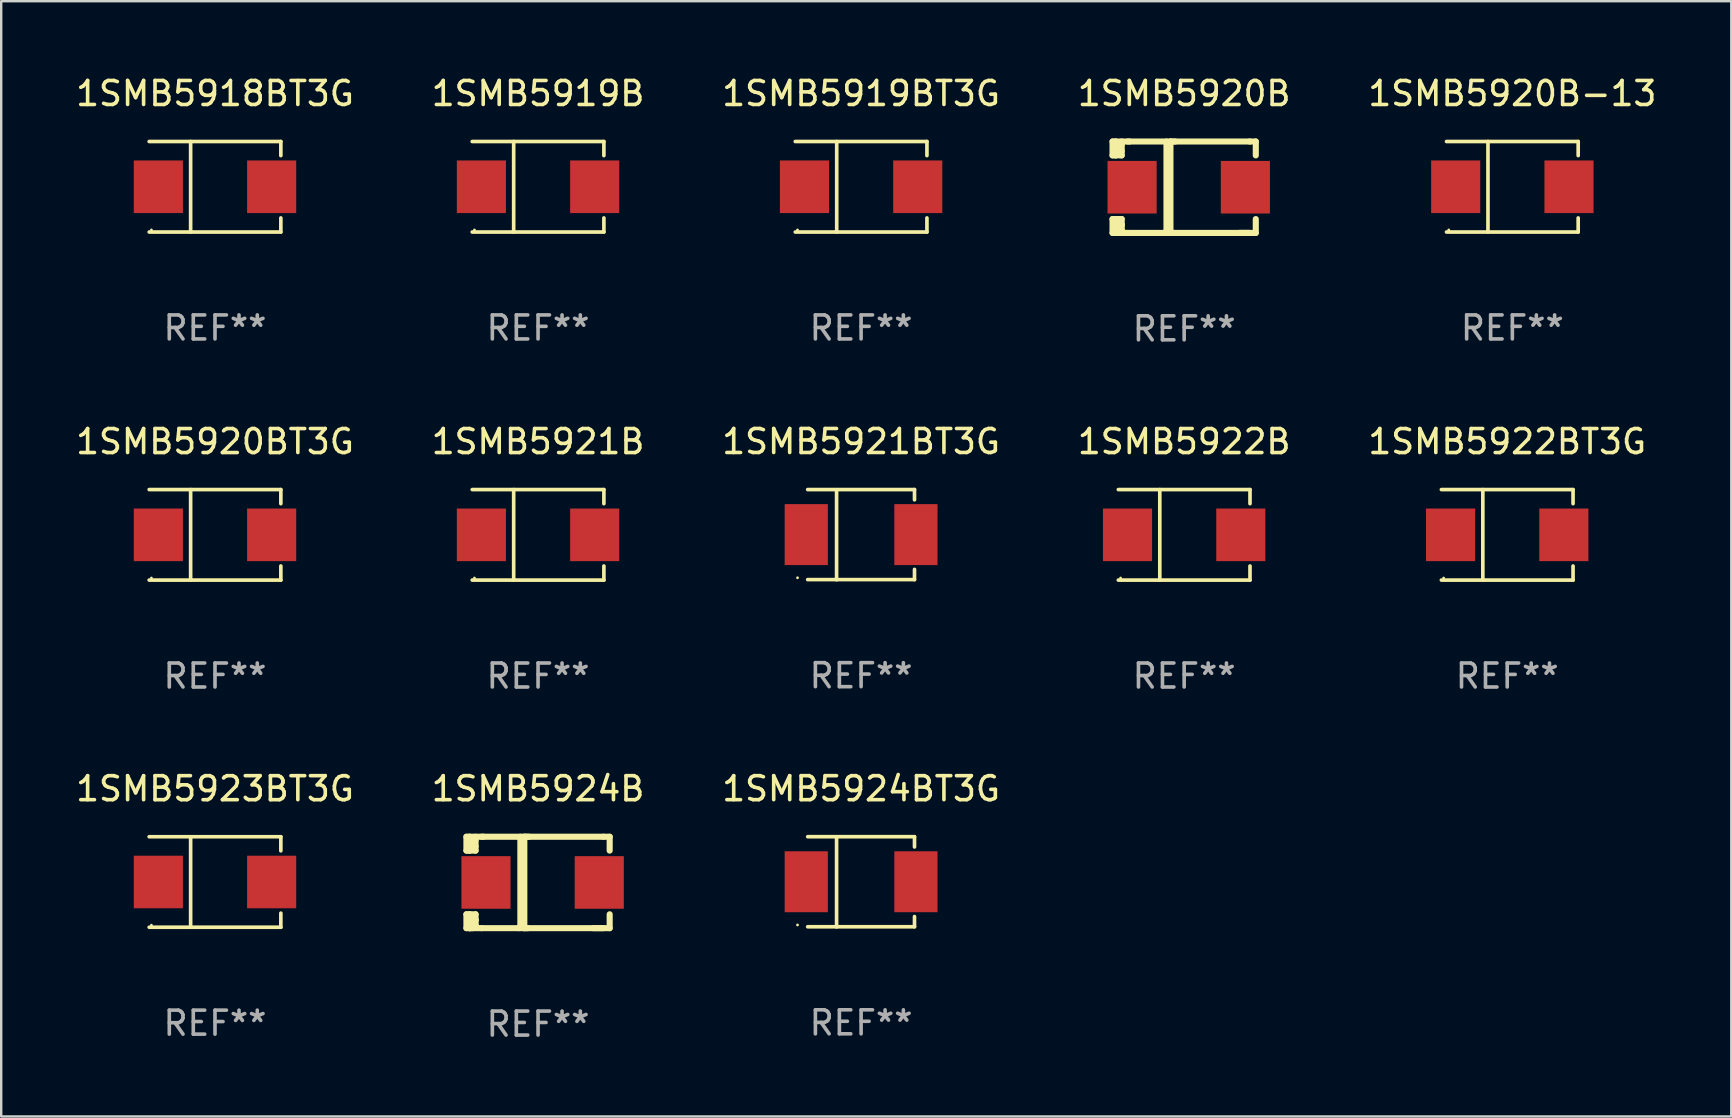
<source format=kicad_pcb>
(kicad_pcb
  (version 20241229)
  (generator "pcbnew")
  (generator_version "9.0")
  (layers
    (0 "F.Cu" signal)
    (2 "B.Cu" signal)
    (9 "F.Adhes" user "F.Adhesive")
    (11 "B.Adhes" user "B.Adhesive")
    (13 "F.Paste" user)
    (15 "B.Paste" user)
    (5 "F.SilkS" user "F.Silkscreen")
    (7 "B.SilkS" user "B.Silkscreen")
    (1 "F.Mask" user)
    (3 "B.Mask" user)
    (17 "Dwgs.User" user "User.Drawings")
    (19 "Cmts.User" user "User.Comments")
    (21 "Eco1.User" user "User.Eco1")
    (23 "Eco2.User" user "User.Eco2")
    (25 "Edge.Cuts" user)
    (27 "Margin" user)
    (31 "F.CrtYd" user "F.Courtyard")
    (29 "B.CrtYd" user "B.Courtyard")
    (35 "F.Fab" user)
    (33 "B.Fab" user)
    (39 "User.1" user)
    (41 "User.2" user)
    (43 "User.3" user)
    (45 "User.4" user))
  (footprint "1SMB5921B"
    (layer "F.Cu")
    (at 19.375 19.241)
    (property "Reference" "1SMB5921B" (at 0 -3.886 0) (layer "F.SilkS") (effects (font (size 1 1) (thickness 0.15))))
    (attr through_hole)
    (fp_line (start -2.744 -1.886) (end 2.744 -1.886) (stroke (width 0.152) (type solid)) (layer "F.SilkS"))
    (fp_line (start -2.744 1.886) (end 2.744 1.886) (stroke (width 0.152) (type solid)) (layer "F.SilkS"))
    (fp_line (start -1.016 -1.886) (end -1.016 1.886) (stroke (width 0.152) (type solid)) (layer "F.SilkS"))
    (fp_line (start 2.744 -1.886) (end 2.744 -1.299) (stroke (width 0.152) (type solid)) (layer "F.SilkS"))
    (fp_line (start 2.744 1.886) (end 2.744 1.299) (stroke (width 0.152) (type solid)) (layer "F.SilkS"))
    (fp_circle (center -2.65 1.8) (end -2.62 1.8) (stroke (width 0.06) (type solid)) (fill no) (layer "F.SilkS"))
    (fp_text user "REF**" (at 0 5.886 0) (layer "F.Fab") (effects (font (size 1 1) (thickness 0.15))))
    (pad "1" smd rect (at -2.361 0) (size 2.047 2.192) (layers "F.Cu" "F.Mask" "F.Paste"))
    (pad "2" smd rect (at 2.361 0) (size 2.047 2.192) (layers "F.Cu" "F.Mask" "F.Paste")))
  (footprint "1SMB5922B"
    (layer "F.Cu")
    (at 46.304 19.241)
    (property "Reference" "1SMB5922B" (at 0 -3.886 0) (layer "F.SilkS") (effects (font (size 1 1) (thickness 0.15))))
    (attr through_hole)
    (fp_line (start -2.744 -1.886) (end 2.744 -1.886) (stroke (width 0.152) (type solid)) (layer "F.SilkS"))
    (fp_line (start -2.744 1.886) (end 2.744 1.886) (stroke (width 0.152) (type solid)) (layer "F.SilkS"))
    (fp_line (start -1.016 -1.886) (end -1.016 1.886) (stroke (width 0.152) (type solid)) (layer "F.SilkS"))
    (fp_line (start 2.744 -1.886) (end 2.744 -1.299) (stroke (width 0.152) (type solid)) (layer "F.SilkS"))
    (fp_line (start 2.744 1.886) (end 2.744 1.299) (stroke (width 0.152) (type solid)) (layer "F.SilkS"))
    (fp_circle (center -2.65 1.8) (end -2.62 1.8) (stroke (width 0.06) (type solid)) (fill no) (layer "F.SilkS"))
    (fp_text user "REF**" (at 0 5.886 0) (layer "F.Fab") (effects (font (size 1 1) (thickness 0.15))))
    (pad "1" smd rect (at -2.361 0) (size 2.047 2.192) (layers "F.Cu" "F.Mask" "F.Paste"))
    (pad "2" smd rect (at 2.361 0) (size 2.047 2.192) (layers "F.Cu" "F.Mask" "F.Paste")))
  (footprint "1SMB5921BT3G"
    (layer "F.Cu")
    (at 32.839 19.234)
    (property "Reference" "1SMB5921BT3G" (at 0 -3.88 0) (layer "F.SilkS") (effects (font (size 1 1) (thickness 0.15))))
    (attr through_hole)
    (fp_line (start -2.226 -1.88) (end 2.226 -1.88) (stroke (width 0.152) (type solid)) (layer "F.SilkS"))
    (fp_line (start -2.226 1.873) (end 2.226 1.873) (stroke (width 0.152) (type solid)) (layer "F.SilkS"))
    (fp_line (start -1.022 -1.873) (end -1.022 1.88) (stroke (width 0.152) (type solid)) (layer "F.SilkS"))
    (fp_line (start 2.226 -1.88) (end 2.226 -1.453) (stroke (width 0.152) (type solid)) (layer "F.SilkS"))
    (fp_line (start 2.226 1.447) (end 2.226 1.873) (stroke (width 0.152) (type solid)) (layer "F.SilkS"))
    (fp_circle (center -2.65 1.797) (end -2.62 1.797) (stroke (width 0.06) (type solid)) (fill no) (layer "F.SilkS"))
    (fp_text user "REF**" (at 0 5.88 0) (layer "F.Fab") (effects (font (size 1 1) (thickness 0.15))))
    (pad "1" smd rect (at -2.285 -0.003) (size 1.8 2.54) (layers "F.Cu" "F.Mask" "F.Paste"))
    (pad "2" smd rect (at 2.285 -0.003) (size 1.8 2.54) (layers "F.Cu" "F.Mask" "F.Paste")))
  (footprint "1SMB5924BT3G"
    (layer "F.Cu")
    (at 32.839 33.703)
    (property "Reference" "1SMB5924BT3G" (at 0 -3.88 0) (layer "F.SilkS") (effects (font (size 1 1) (thickness 0.15))))
    (attr through_hole)
    (fp_line (start -2.226 -1.88) (end 2.226 -1.88) (stroke (width 0.152) (type solid)) (layer "F.SilkS"))
    (fp_line (start -2.226 1.873) (end 2.226 1.873) (stroke (width 0.152) (type solid)) (layer "F.SilkS"))
    (fp_line (start -1.022 -1.873) (end -1.022 1.88) (stroke (width 0.152) (type solid)) (layer "F.SilkS"))
    (fp_line (start 2.226 -1.88) (end 2.226 -1.453) (stroke (width 0.152) (type solid)) (layer "F.SilkS"))
    (fp_line (start 2.226 1.447) (end 2.226 1.873) (stroke (width 0.152) (type solid)) (layer "F.SilkS"))
    (fp_circle (center -2.65 1.797) (end -2.62 1.797) (stroke (width 0.06) (type solid)) (fill no) (layer "F.SilkS"))
    (fp_text user "REF**" (at 0 5.88 0) (layer "F.Fab") (effects (font (size 1 1) (thickness 0.15))))
    (pad "1" smd rect (at -2.285 -0.003) (size 1.8 2.54) (layers "F.Cu" "F.Mask" "F.Paste"))
    (pad "2" smd rect (at 2.285 -0.003) (size 1.8 2.54) (layers "F.Cu" "F.Mask" "F.Paste")))
  (footprint "1SMB5919B"
    (layer "F.Cu")
    (at 19.375 4.734)
    (property "Reference" "1SMB5919B" (at 0 -3.886 0) (layer "F.SilkS") (effects (font (size 1 1) (thickness 0.15))))
    (attr through_hole)
    (fp_line (start -2.744 -1.886) (end 2.744 -1.886) (stroke (width 0.152) (type solid)) (layer "F.SilkS"))
    (fp_line (start -2.744 1.886) (end 2.744 1.886) (stroke (width 0.152) (type solid)) (layer "F.SilkS"))
    (fp_line (start -1.016 -1.886) (end -1.016 1.886) (stroke (width 0.152) (type solid)) (layer "F.SilkS"))
    (fp_line (start 2.744 -1.886) (end 2.744 -1.299) (stroke (width 0.152) (type solid)) (layer "F.SilkS"))
    (fp_line (start 2.744 1.886) (end 2.744 1.299) (stroke (width 0.152) (type solid)) (layer "F.SilkS"))
    (fp_circle (center -2.65 1.8) (end -2.62 1.8) (stroke (width 0.06) (type solid)) (fill no) (layer "F.SilkS"))
    (fp_text user "REF**" (at 0 5.886 0) (layer "F.Fab") (effects (font (size 1 1) (thickness 0.15))))
    (pad "1" smd rect (at -2.361 0) (size 2.047 2.192) (layers "F.Cu" "F.Mask" "F.Paste"))
    (pad "2" smd rect (at 2.361 0) (size 2.047 2.192) (layers "F.Cu" "F.Mask" "F.Paste")))
  (footprint "1SMB5919BT3G"
    (layer "F.Cu")
    (at 32.839 4.734)
    (property "Reference" "1SMB5919BT3G" (at 0 -3.886 0) (layer "F.SilkS") (effects (font (size 1 1) (thickness 0.15))))
    (attr through_hole)
    (fp_line (start -2.744 -1.886) (end 2.744 -1.886) (stroke (width 0.152) (type solid)) (layer "F.SilkS"))
    (fp_line (start -2.744 1.886) (end 2.744 1.886) (stroke (width 0.152) (type solid)) (layer "F.SilkS"))
    (fp_line (start -1.016 -1.886) (end -1.016 1.886) (stroke (width 0.152) (type solid)) (layer "F.SilkS"))
    (fp_line (start 2.744 -1.886) (end 2.744 -1.299) (stroke (width 0.152) (type solid)) (layer "F.SilkS"))
    (fp_line (start 2.744 1.886) (end 2.744 1.299) (stroke (width 0.152) (type solid)) (layer "F.SilkS"))
    (fp_circle (center -2.65 1.8) (end -2.62 1.8) (stroke (width 0.06) (type solid)) (fill no) (layer "F.SilkS"))
    (fp_text user "REF**" (at 0 5.886 0) (layer "F.Fab") (effects (font (size 1 1) (thickness 0.15))))
    (pad "1" smd rect (at -2.361 0) (size 2.047 2.192) (layers "F.Cu" "F.Mask" "F.Paste"))
    (pad "2" smd rect (at 2.361 0) (size 2.047 2.192) (layers "F.Cu" "F.Mask" "F.Paste")))
  (footprint "1SMB5922BT3G"
    (layer "F.Cu")
    (at 59.768 19.241)
    (property "Reference" "1SMB5922BT3G" (at 0 -3.886 0) (layer "F.SilkS") (effects (font (size 1 1) (thickness 0.15))))
    (attr through_hole)
    (fp_line (start -2.744 -1.886) (end 2.744 -1.886) (stroke (width 0.152) (type solid)) (layer "F.SilkS"))
    (fp_line (start -2.744 1.886) (end 2.744 1.886) (stroke (width 0.152) (type solid)) (layer "F.SilkS"))
    (fp_line (start -1.016 -1.886) (end -1.016 1.886) (stroke (width 0.152) (type solid)) (layer "F.SilkS"))
    (fp_line (start 2.744 -1.886) (end 2.744 -1.299) (stroke (width 0.152) (type solid)) (layer "F.SilkS"))
    (fp_line (start 2.744 1.886) (end 2.744 1.299) (stroke (width 0.152) (type solid)) (layer "F.SilkS"))
    (fp_circle (center -2.65 1.8) (end -2.62 1.8) (stroke (width 0.06) (type solid)) (fill no) (layer "F.SilkS"))
    (fp_text user "REF**" (at 0 5.886 0) (layer "F.Fab") (effects (font (size 1 1) (thickness 0.15))))
    (pad "1" smd rect (at -2.361 0) (size 2.047 2.192) (layers "F.Cu" "F.Mask" "F.Paste"))
    (pad "2" smd rect (at 2.361 0) (size 2.047 2.192) (layers "F.Cu" "F.Mask" "F.Paste")))
  (footprint "1SMB5923BT3G"
    (layer "F.Cu")
    (at 5.911 33.71)
    (property "Reference" "1SMB5923BT3G" (at 0 -3.886 0) (layer "F.SilkS") (effects (font (size 1 1) (thickness 0.15))))
    (attr through_hole)
    (fp_line (start -2.744 -1.886) (end 2.744 -1.886) (stroke (width 0.152) (type solid)) (layer "F.SilkS"))
    (fp_line (start -2.744 1.886) (end 2.744 1.886) (stroke (width 0.152) (type solid)) (layer "F.SilkS"))
    (fp_line (start -1.016 -1.886) (end -1.016 1.886) (stroke (width 0.152) (type solid)) (layer "F.SilkS"))
    (fp_line (start 2.744 -1.886) (end 2.744 -1.299) (stroke (width 0.152) (type solid)) (layer "F.SilkS"))
    (fp_line (start 2.744 1.886) (end 2.744 1.299) (stroke (width 0.152) (type solid)) (layer "F.SilkS"))
    (fp_circle (center -2.65 1.8) (end -2.62 1.8) (stroke (width 0.06) (type solid)) (fill no) (layer "F.SilkS"))
    (fp_text user "REF**" (at 0 5.886 0) (layer "F.Fab") (effects (font (size 1 1) (thickness 0.15))))
    (pad "1" smd rect (at -2.361 0) (size 2.047 2.192) (layers "F.Cu" "F.Mask" "F.Paste"))
    (pad "2" smd rect (at 2.361 0) (size 2.047 2.192) (layers "F.Cu" "F.Mask" "F.Paste")))
  (footprint "1SMB5924B"
    (layer "F.Cu")
    (at 19.375 33.729)
    (property "Reference" "1SMB5924B" (at 0 -3.905 0) (layer "F.SilkS") (effects (font (size 1 1) (thickness 0.15))))
    (attr through_hole)
    (fp_line (start -2.985 -1.905) (end -2.985 -1.327) (stroke (width 0.254) (type solid)) (layer "F.SilkS"))
    (fp_line (start -2.985 -1.327) (end -2.858 -1.327) (stroke (width 0.254) (type solid)) (layer "F.SilkS"))
    (fp_line (start -2.985 1.327) (end -2.985 1.905) (stroke (width 0.254) (type solid)) (layer "F.SilkS"))
    (fp_line (start -2.985 1.905) (end -2.858 1.905) (stroke (width 0.254) (type solid)) (layer "F.SilkS"))
    (fp_line (start -2.858 -1.905) (end -2.985 -1.905) (stroke (width 0.254) (type solid)) (layer "F.SilkS"))
    (fp_line (start -2.858 -1.905) (end -2.271 -1.905) (stroke (width 0.254) (type solid)) (layer "F.SilkS"))
    (fp_line (start -2.858 -1.327) (end -2.858 -1.905) (stroke (width 0.254) (type solid)) (layer "F.SilkS"))
    (fp_line (start -2.858 -1.327) (end -2.604 -1.327) (stroke (width 0.254) (type solid)) (layer "F.SilkS"))
    (fp_line (start -2.858 1.327) (end -2.985 1.327) (stroke (width 0.254) (type solid)) (layer "F.SilkS"))
    (fp_line (start -2.858 1.327) (end -2.604 1.327) (stroke (width 0.254) (type solid)) (layer "F.SilkS"))
    (fp_line (start -2.858 1.549) (end -2.604 1.549) (stroke (width 0.254) (type solid)) (layer "F.SilkS"))
    (fp_line (start -2.858 1.905) (end -2.858 1.327) (stroke (width 0.254) (type solid)) (layer "F.SilkS"))
    (fp_line (start -2.806 -1.766) (end -2.858 -1.715) (stroke (width 0.254) (type solid)) (layer "F.SilkS"))
    (fp_line (start -2.796 -1.508) (end -2.858 -1.446) (stroke (width 0.254) (type solid)) (layer "F.SilkS"))
    (fp_line (start -2.776 1.778) (end -2.858 1.696) (stroke (width 0.254) (type solid)) (layer "F.SilkS"))
    (fp_line (start -2.716 1.905) (end -2.858 1.905) (stroke (width 0.254) (type solid)) (layer "F.SilkS"))
    (fp_line (start -2.683 -1.766) (end -2.683 -1.748) (stroke (width 0.254) (type solid)) (layer "F.SilkS"))
    (fp_line (start -2.683 -1.748) (end -2.858 -1.573) (stroke (width 0.254) (type solid)) (layer "F.SilkS"))
    (fp_line (start -2.604 -1.766) (end -2.806 -1.766) (stroke (width 0.254) (type solid)) (layer "F.SilkS"))
    (fp_line (start -2.604 -1.508) (end -2.796 -1.508) (stroke (width 0.254) (type solid)) (layer "F.SilkS"))
    (fp_line (start -2.604 -1.327) (end -2.604 -1.905) (stroke (width 0.254) (type solid)) (layer "F.SilkS"))
    (fp_line (start -2.604 1.327) (end -2.604 1.778) (stroke (width 0.254) (type solid)) (layer "F.SilkS"))
    (fp_line (start -2.604 1.596) (end -2.604 1.563) (stroke (width 0.254) (type solid)) (layer "F.SilkS"))
    (fp_line (start -2.604 1.778) (end -2.776 1.778) (stroke (width 0.254) (type solid)) (layer "F.SilkS"))
    (fp_line (start -2.35 1.905) (end -2.858 1.905) (stroke (width 0.254) (type solid)) (layer "F.SilkS"))
    (fp_line (start -2.35 1.905) (end 2.731 1.905) (stroke (width 0.254) (type solid)) (layer "F.SilkS"))
    (fp_line (start -0.737 -1.905) (end -0.737 1.834) (stroke (width 0.254) (type solid)) (layer "F.SilkS"))
    (fp_line (start -0.737 1.834) (end -0.807 1.905) (stroke (width 0.254) (type solid)) (layer "F.SilkS"))
    (fp_line (start -0.572 -1.905) (end -0.572 1.905) (stroke (width 0.254) (type solid)) (layer "F.SilkS"))
    (fp_line (start -0.572 1.905) (end -0.422 1.905) (stroke (width 0.254) (type solid)) (layer "F.SilkS"))
    (fp_line (start -0.376 -1.905) (end -0.572 -1.905) (stroke (width 0.254) (type solid)) (layer "F.SilkS"))
    (fp_line (start 2.731 -1.905) (end -2.35 -1.905) (stroke (width 0.254) (type solid)) (layer "F.SilkS"))
    (fp_line (start 2.731 -1.905) (end 2.985 -1.905) (stroke (width 0.254) (type solid)) (layer "F.SilkS"))
    (fp_line (start 2.985 -1.905) (end 2.985 -1.327) (stroke (width 0.254) (type solid)) (layer "F.SilkS"))
    (fp_line (start 2.985 1.327) (end 2.985 1.905) (stroke (width 0.254) (type solid)) (layer "F.SilkS"))
    (fp_line (start 2.985 1.905) (end 2.301 1.905) (stroke (width 0.254) (type solid)) (layer "F.SilkS"))
    (fp_circle (center -2.509 1.8) (end -2.479 1.8) (stroke (width 0.06) (type solid)) (fill no) (layer "F.SilkS"))
    (fp_text user "REF**" (at 0 5.905 0) (layer "F.Fab") (effects (font (size 1 1) (thickness 0.15))))
    (pad "1" smd rect (at -2.17 0) (size 2.047 2.192) (layers "F.Cu" "F.Mask" "F.Paste"))
    (pad "2" smd rect (at 2.551 0) (size 2.047 2.192) (layers "F.Cu" "F.Mask" "F.Paste")))
  (footprint "1SMB5920B-13"
    (layer "F.Cu")
    (at 59.982 4.734)
    (property "Reference" "1SMB5920B-13" (at 0 -3.886 0) (layer "F.SilkS") (effects (font (size 1 1) (thickness 0.15))))
    (attr through_hole)
    (fp_line (start -2.744 -1.886) (end 2.744 -1.886) (stroke (width 0.152) (type solid)) (layer "F.SilkS"))
    (fp_line (start -2.744 1.886) (end 2.744 1.886) (stroke (width 0.152) (type solid)) (layer "F.SilkS"))
    (fp_line (start -1.016 -1.886) (end -1.016 1.886) (stroke (width 0.152) (type solid)) (layer "F.SilkS"))
    (fp_line (start 2.744 -1.886) (end 2.744 -1.299) (stroke (width 0.152) (type solid)) (layer "F.SilkS"))
    (fp_line (start 2.744 1.886) (end 2.744 1.299) (stroke (width 0.152) (type solid)) (layer "F.SilkS"))
    (fp_circle (center -2.65 1.8) (end -2.62 1.8) (stroke (width 0.06) (type solid)) (fill no) (layer "F.SilkS"))
    (fp_text user "REF**" (at 0 5.886 0) (layer "F.Fab") (effects (font (size 1 1) (thickness 0.15))))
    (pad "1" smd rect (at -2.361 0) (size 2.047 2.192) (layers "F.Cu" "F.Mask" "F.Paste"))
    (pad "2" smd rect (at 2.361 0) (size 2.047 2.192) (layers "F.Cu" "F.Mask" "F.Paste")))
  (footprint "1SMB5920BT3G"
    (layer "F.Cu")
    (at 5.911 19.241)
    (property "Reference" "1SMB5920BT3G" (at 0 -3.886 0) (layer "F.SilkS") (effects (font (size 1 1) (thickness 0.15))))
    (attr through_hole)
    (fp_line (start -2.744 -1.886) (end 2.744 -1.886) (stroke (width 0.152) (type solid)) (layer "F.SilkS"))
    (fp_line (start -2.744 1.886) (end 2.744 1.886) (stroke (width 0.152) (type solid)) (layer "F.SilkS"))
    (fp_line (start -1.016 -1.886) (end -1.016 1.886) (stroke (width 0.152) (type solid)) (layer "F.SilkS"))
    (fp_line (start 2.744 -1.886) (end 2.744 -1.299) (stroke (width 0.152) (type solid)) (layer "F.SilkS"))
    (fp_line (start 2.744 1.886) (end 2.744 1.299) (stroke (width 0.152) (type solid)) (layer "F.SilkS"))
    (fp_circle (center -2.65 1.8) (end -2.62 1.8) (stroke (width 0.06) (type solid)) (fill no) (layer "F.SilkS"))
    (fp_text user "REF**" (at 0 5.886 0) (layer "F.Fab") (effects (font (size 1 1) (thickness 0.15))))
    (pad "1" smd rect (at -2.361 0) (size 2.047 2.192) (layers "F.Cu" "F.Mask" "F.Paste"))
    (pad "2" smd rect (at 2.361 0) (size 2.047 2.192) (layers "F.Cu" "F.Mask" "F.Paste")))
  (footprint "1SMB5918BT3G"
    (layer "F.Cu")
    (at 5.911 4.734)
    (property "Reference" "1SMB5918BT3G" (at 0 -3.886 0) (layer "F.SilkS") (effects (font (size 1 1) (thickness 0.15))))
    (attr through_hole)
    (fp_line (start -2.744 -1.886) (end 2.744 -1.886) (stroke (width 0.152) (type solid)) (layer "F.SilkS"))
    (fp_line (start -2.744 1.886) (end 2.744 1.886) (stroke (width 0.152) (type solid)) (layer "F.SilkS"))
    (fp_line (start -1.016 -1.886) (end -1.016 1.886) (stroke (width 0.152) (type solid)) (layer "F.SilkS"))
    (fp_line (start 2.744 -1.886) (end 2.744 -1.299) (stroke (width 0.152) (type solid)) (layer "F.SilkS"))
    (fp_line (start 2.744 1.886) (end 2.744 1.299) (stroke (width 0.152) (type solid)) (layer "F.SilkS"))
    (fp_circle (center -2.65 1.8) (end -2.62 1.8) (stroke (width 0.06) (type solid)) (fill no) (layer "F.SilkS"))
    (fp_text user "REF**" (at 0 5.886 0) (layer "F.Fab") (effects (font (size 1 1) (thickness 0.15))))
    (pad "1" smd rect (at -2.361 0) (size 2.047 2.192) (layers "F.Cu" "F.Mask" "F.Paste"))
    (pad "2" smd rect (at 2.361 0) (size 2.047 2.192) (layers "F.Cu" "F.Mask" "F.Paste")))
  (footprint "1SMB5920B"
    (layer "F.Cu")
    (at 46.304 4.753)
    (property "Reference" "1SMB5920B" (at 0 -3.905 0) (layer "F.SilkS") (effects (font (size 1 1) (thickness 0.15))))
    (attr through_hole)
    (fp_line (start -2.985 -1.905) (end -2.985 -1.327) (stroke (width 0.254) (type solid)) (layer "F.SilkS"))
    (fp_line (start -2.985 -1.327) (end -2.858 -1.327) (stroke (width 0.254) (type solid)) (layer "F.SilkS"))
    (fp_line (start -2.985 1.327) (end -2.985 1.905) (stroke (width 0.254) (type solid)) (layer "F.SilkS"))
    (fp_line (start -2.985 1.905) (end -2.858 1.905) (stroke (width 0.254) (type solid)) (layer "F.SilkS"))
    (fp_line (start -2.858 -1.905) (end -2.985 -1.905) (stroke (width 0.254) (type solid)) (layer "F.SilkS"))
    (fp_line (start -2.858 -1.905) (end -2.271 -1.905) (stroke (width 0.254) (type solid)) (layer "F.SilkS"))
    (fp_line (start -2.858 -1.327) (end -2.858 -1.905) (stroke (width 0.254) (type solid)) (layer "F.SilkS"))
    (fp_line (start -2.858 -1.327) (end -2.604 -1.327) (stroke (width 0.254) (type solid)) (layer "F.SilkS"))
    (fp_line (start -2.858 1.327) (end -2.985 1.327) (stroke (width 0.254) (type solid)) (layer "F.SilkS"))
    (fp_line (start -2.858 1.327) (end -2.604 1.327) (stroke (width 0.254) (type solid)) (layer "F.SilkS"))
    (fp_line (start -2.858 1.549) (end -2.604 1.549) (stroke (width 0.254) (type solid)) (layer "F.SilkS"))
    (fp_line (start -2.858 1.905) (end -2.858 1.327) (stroke (width 0.254) (type solid)) (layer "F.SilkS"))
    (fp_line (start -2.806 -1.766) (end -2.858 -1.715) (stroke (width 0.254) (type solid)) (layer "F.SilkS"))
    (fp_line (start -2.796 -1.508) (end -2.858 -1.446) (stroke (width 0.254) (type solid)) (layer "F.SilkS"))
    (fp_line (start -2.776 1.778) (end -2.858 1.696) (stroke (width 0.254) (type solid)) (layer "F.SilkS"))
    (fp_line (start -2.716 1.905) (end -2.858 1.905) (stroke (width 0.254) (type solid)) (layer "F.SilkS"))
    (fp_line (start -2.683 -1.766) (end -2.683 -1.748) (stroke (width 0.254) (type solid)) (layer "F.SilkS"))
    (fp_line (start -2.683 -1.748) (end -2.858 -1.573) (stroke (width 0.254) (type solid)) (layer "F.SilkS"))
    (fp_line (start -2.604 -1.766) (end -2.806 -1.766) (stroke (width 0.254) (type solid)) (layer "F.SilkS"))
    (fp_line (start -2.604 -1.508) (end -2.796 -1.508) (stroke (width 0.254) (type solid)) (layer "F.SilkS"))
    (fp_line (start -2.604 -1.327) (end -2.604 -1.905) (stroke (width 0.254) (type solid)) (layer "F.SilkS"))
    (fp_line (start -2.604 1.327) (end -2.604 1.778) (stroke (width 0.254) (type solid)) (layer "F.SilkS"))
    (fp_line (start -2.604 1.596) (end -2.604 1.563) (stroke (width 0.254) (type solid)) (layer "F.SilkS"))
    (fp_line (start -2.604 1.778) (end -2.776 1.778) (stroke (width 0.254) (type solid)) (layer "F.SilkS"))
    (fp_line (start -2.35 1.905) (end -2.858 1.905) (stroke (width 0.254) (type solid)) (layer "F.SilkS"))
    (fp_line (start -2.35 1.905) (end 2.731 1.905) (stroke (width 0.254) (type solid)) (layer "F.SilkS"))
    (fp_line (start -0.737 -1.905) (end -0.737 1.834) (stroke (width 0.254) (type solid)) (layer "F.SilkS"))
    (fp_line (start -0.737 1.834) (end -0.807 1.905) (stroke (width 0.254) (type solid)) (layer "F.SilkS"))
    (fp_line (start -0.572 -1.905) (end -0.572 1.905) (stroke (width 0.254) (type solid)) (layer "F.SilkS"))
    (fp_line (start -0.572 1.905) (end -0.422 1.905) (stroke (width 0.254) (type solid)) (layer "F.SilkS"))
    (fp_line (start -0.376 -1.905) (end -0.572 -1.905) (stroke (width 0.254) (type solid)) (layer "F.SilkS"))
    (fp_line (start 2.731 -1.905) (end -2.35 -1.905) (stroke (width 0.254) (type solid)) (layer "F.SilkS"))
    (fp_line (start 2.731 -1.905) (end 2.985 -1.905) (stroke (width 0.254) (type solid)) (layer "F.SilkS"))
    (fp_line (start 2.985 -1.905) (end 2.985 -1.327) (stroke (width 0.254) (type solid)) (layer "F.SilkS"))
    (fp_line (start 2.985 1.327) (end 2.985 1.905) (stroke (width 0.254) (type solid)) (layer "F.SilkS"))
    (fp_line (start 2.985 1.905) (end 2.301 1.905) (stroke (width 0.254) (type solid)) (layer "F.SilkS"))
    (fp_circle (center -2.509 1.8) (end -2.479 1.8) (stroke (width 0.06) (type solid)) (fill no) (layer "F.SilkS"))
    (fp_text user "REF**" (at 0 5.905 0) (layer "F.Fab") (effects (font (size 1 1) (thickness 0.15))))
    (pad "1" smd rect (at -2.17 0) (size 2.047 2.192) (layers "F.Cu" "F.Mask" "F.Paste"))
    (pad "2" smd rect (at 2.551 0) (size 2.047 2.192) (layers "F.Cu" "F.Mask" "F.Paste")))
  (gr_rect
    (start -3 -3)
    (end 69.107 43.482)
    (stroke (width 0.1) (type default))
    (fill no)
    (layer "Edge.Cuts")))
</source>
